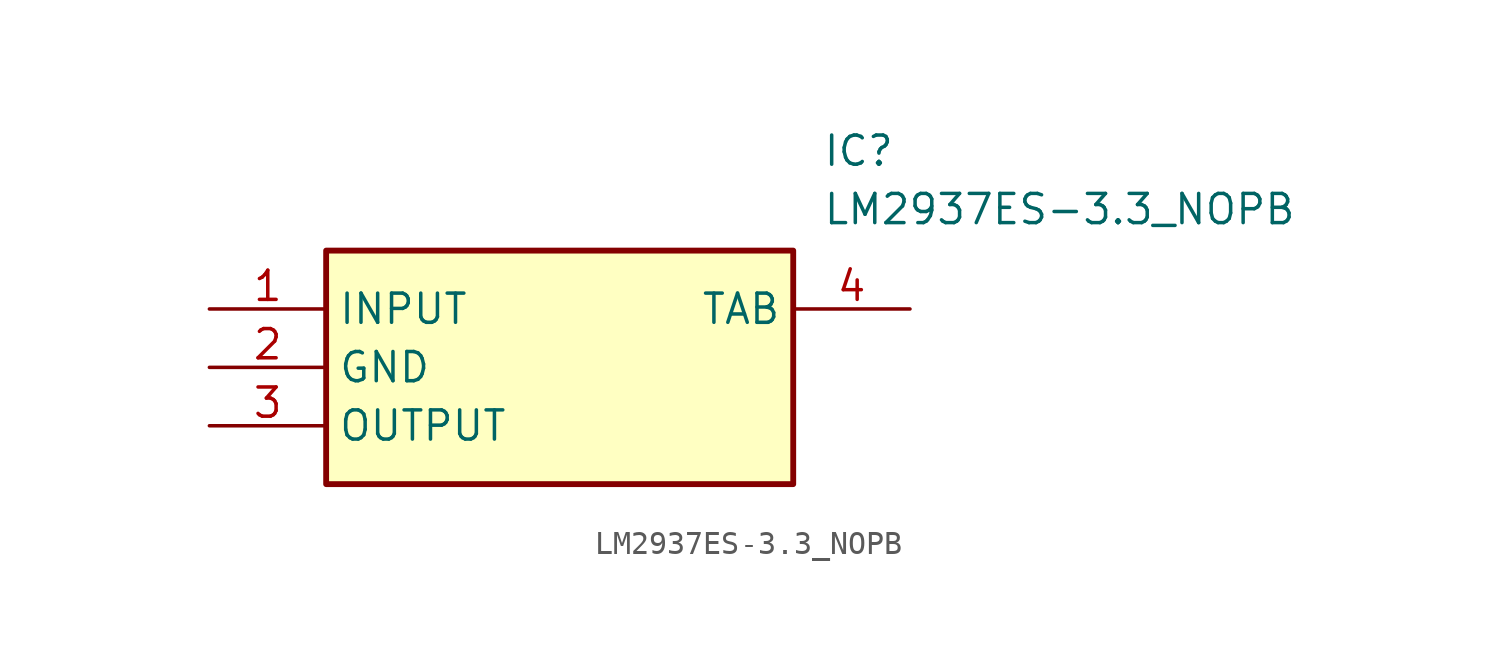
<source format=kicad_sym>
(kicad_symbol_lib
  (version 20211014)
  (generator SamacSys_ECAD_Model)
  (symbol "LM2937ES-3.3_NOPB"
    (property "Reference" "IC"
      (at 26.67 7.62 0)
      (effects (font (size 1.27 1.27)) (justify left top)))
    (property "Value" "LM2937ES-3.3_NOPB"
      (at 26.67 5.08 0)
      (effects (font (size 1.27 1.27)) (justify left top)))
    (rectangle
      (start 5.08 2.54)
      (end 25.4 -7.62)
      (stroke (width 0.254) (type default))
      (fill (type background)))
    (pin input line
      (at 0 0 0)
      (length 5.08)
      (name "INPUT" (effects (font (size 1.27 1.27))))
      (number "1" (effects (font (size 1.27 1.27)))))
    (pin power_in line
      (at 0 -2.54 0)
      (length 5.08)
      (name "GND" (effects (font (size 1.27 1.27))))
      (number "2" (effects (font (size 1.27 1.27)))))
    (pin output line
      (at 0 -5.08 0)
      (length 5.08)
      (name "OUTPUT" (effects (font (size 1.27 1.27))))
      (number "3" (effects (font (size 1.27 1.27)))))
    (pin passive line
      (at 30.48 0 180)
      (length 5.08)
      (name "TAB" (effects (font (size 1.27 1.27))))
      (number "4" (effects (font (size 1.27 1.27)))))))
</source>
